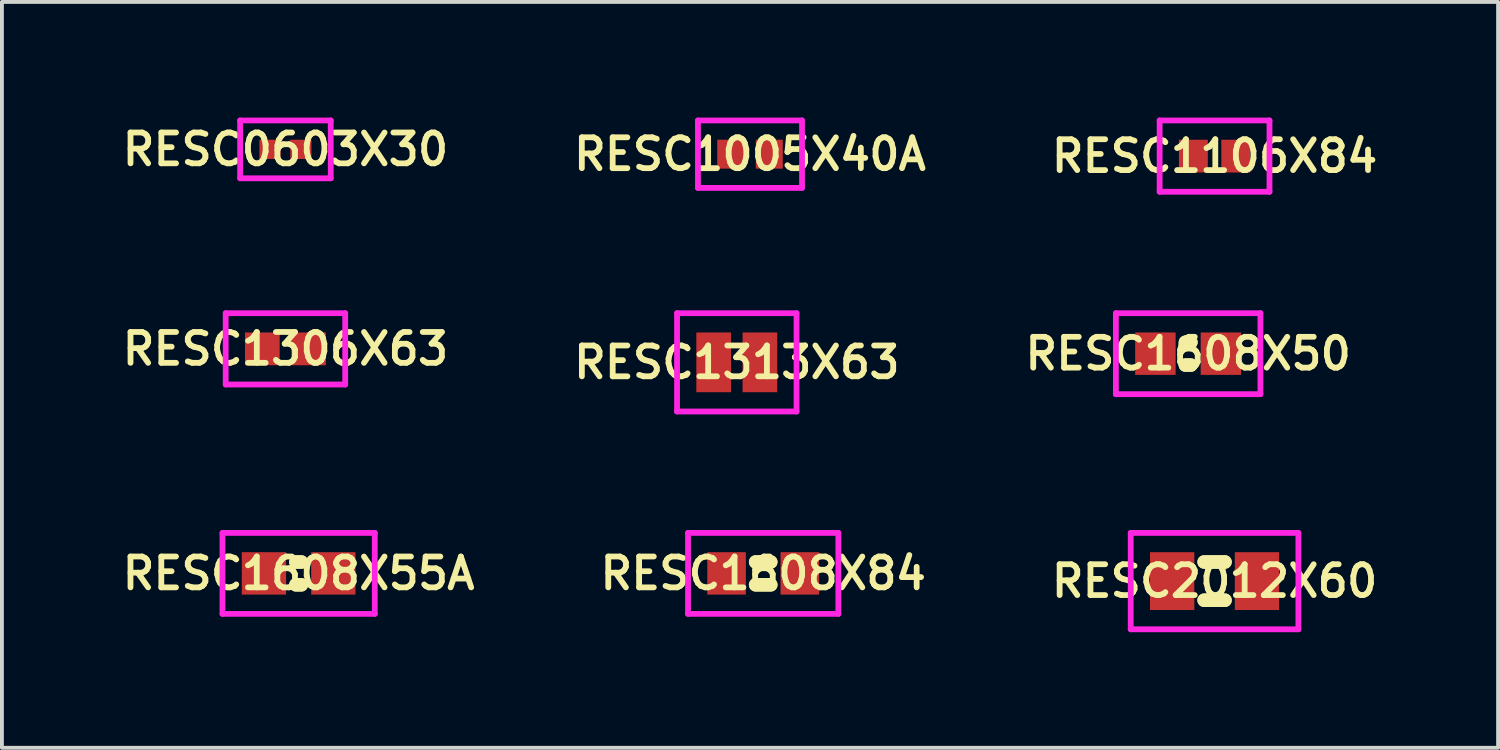
<source format=kicad_pcb>
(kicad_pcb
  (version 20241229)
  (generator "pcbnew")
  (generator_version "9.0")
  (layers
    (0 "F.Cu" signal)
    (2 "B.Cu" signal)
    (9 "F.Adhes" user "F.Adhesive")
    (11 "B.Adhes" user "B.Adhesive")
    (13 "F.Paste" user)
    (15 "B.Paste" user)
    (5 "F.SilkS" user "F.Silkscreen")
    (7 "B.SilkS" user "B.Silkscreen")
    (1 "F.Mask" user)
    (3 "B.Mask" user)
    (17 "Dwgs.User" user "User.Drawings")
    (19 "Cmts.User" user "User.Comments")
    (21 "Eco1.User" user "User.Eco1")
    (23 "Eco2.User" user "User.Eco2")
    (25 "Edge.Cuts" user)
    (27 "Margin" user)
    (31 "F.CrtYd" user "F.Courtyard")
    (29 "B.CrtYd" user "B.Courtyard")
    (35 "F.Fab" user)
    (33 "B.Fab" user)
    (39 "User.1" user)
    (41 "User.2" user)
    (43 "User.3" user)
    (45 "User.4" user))
  (footprint "RESC1005X40A"
    (layer "F.Cu")
    (at 16.406 0.95)
    (property "Reference" "RESC1005X40A" (at 0 0 0) (layer "F.SilkS") (effects (font (size 0.8 0.8) (thickness 0.15))))
    (attr smd)
    (fp_line (start -1.35 -0.875) (end 1.35 -0.875) (stroke (width 0.15) (type solid)) (layer "F.CrtYd"))
    (fp_line (start -1.35 0.875) (end -1.35 -0.875) (stroke (width 0.15) (type solid)) (layer "F.CrtYd"))
    (fp_line (start 1.35 -0.875) (end 1.35 0.875) (stroke (width 0.15) (type solid)) (layer "F.CrtYd"))
    (fp_line (start 1.35 0.875) (end -1.35 0.875) (stroke (width 0.15) (type solid)) (layer "F.CrtYd"))
    (pad "1" smd rect (at -0.5 0) (size 0.7 0.75) (layers "F.Cu" "F.Mask" "F.Paste"))
    (pad "2" smd rect (at 0.5 0) (size 0.7 0.75) (layers "F.Cu" "F.Mask" "F.Paste")))
  (footprint "RESC1106X84"
    (layer "F.Cu")
    (at 28.458 1)
    (property "Reference" "RESC1106X84" (at 0 0 0) (layer "F.SilkS") (effects (font (size 0.8 0.8) (thickness 0.15))))
    (attr through_hole)
    (fp_line (start -1.425 -0.925) (end 1.425 -0.925) (stroke (width 0.15) (type solid)) (layer "F.CrtYd"))
    (fp_line (start -1.425 0.925) (end -1.425 -0.925) (stroke (width 0.15) (type solid)) (layer "F.CrtYd"))
    (fp_line (start 1.425 -0.925) (end 1.425 0.925) (stroke (width 0.15) (type solid)) (layer "F.CrtYd"))
    (fp_line (start 1.425 0.925) (end -1.425 0.925) (stroke (width 0.15) (type solid)) (layer "F.CrtYd"))
    (pad "1" smd rect (at -0.55 0) (size 0.75 0.85) (layers "F.Cu" "F.Mask" "F.Paste"))
    (pad "2" smd rect (at 0.55 0) (size 0.75 0.85) (layers "F.Cu" "F.Mask" "F.Paste")))
  (footprint "RESC1608X84"
    (layer "F.Cu")
    (at 16.749 11.825)
    (property "Reference" "RESC1608X84" (at 0 0 0) (layer "F.SilkS") (effects (font (size 0.8 0.8) (thickness 0.15))))
    (attr smd)
    (fp_line (start -0.196 -0.296) (end 0.196 -0.296) (stroke (width 0.35) (type solid)) (layer "F.SilkS"))
    (fp_line (start -0.196 0.296) (end 0.196 0.296) (stroke (width 0.35) (type solid)) (layer "F.SilkS"))
    (fp_line (start 0.196 -0.296) (end -0.196 -0.296) (stroke (width 0.35) (type solid)) (layer "F.SilkS"))
    (fp_line (start 0.196 0.296) (end -0.196 0.296) (stroke (width 0.35) (type solid)) (layer "F.SilkS"))
    (fp_line (start -1.95 -1.05) (end 1.95 -1.05) (stroke (width 0.15) (type solid)) (layer "F.CrtYd"))
    (fp_line (start -1.95 1.05) (end -1.95 -1.05) (stroke (width 0.15) (type solid)) (layer "F.CrtYd"))
    (fp_line (start 1.95 -1.05) (end 1.95 1.05) (stroke (width 0.15) (type solid)) (layer "F.CrtYd"))
    (fp_line (start 1.95 1.05) (end -1.95 1.05) (stroke (width 0.15) (type solid)) (layer "F.CrtYd"))
    (pad "1" smd rect (at -0.95 0) (size 1 1.1) (layers "F.Cu" "F.Mask" "F.Paste"))
    (pad "2" smd rect (at 0.95 0) (size 1 1.1) (layers "F.Cu" "F.Mask" "F.Paste")))
  (footprint "RESC1608X55A"
    (layer "F.Cu")
    (at 4.697 11.825)
    (property "Reference" "RESC1608X55A" (at 0 0 0) (layer "F.SilkS") (effects (font (size 0.8 0.8) (thickness 0.15))))
    (attr smd)
    (fp_line (start -0.071 -0.296) (end 0.071 -0.296) (stroke (width 0.35) (type solid)) (layer "F.SilkS"))
    (fp_line (start -0.071 0.296) (end 0.071 0.296) (stroke (width 0.35) (type solid)) (layer "F.SilkS"))
    (fp_line (start 0.071 -0.296) (end -0.071 -0.296) (stroke (width 0.35) (type solid)) (layer "F.SilkS"))
    (fp_line (start 0.071 0.296) (end -0.071 0.296) (stroke (width 0.35) (type solid)) (layer "F.SilkS"))
    (fp_line (start -1.975 -1.05) (end 1.975 -1.05) (stroke (width 0.15) (type solid)) (layer "F.CrtYd"))
    (fp_line (start -1.975 1.05) (end -1.975 -1.05) (stroke (width 0.15) (type solid)) (layer "F.CrtYd"))
    (fp_line (start 1.975 -1.05) (end 1.975 1.05) (stroke (width 0.15) (type solid)) (layer "F.CrtYd"))
    (fp_line (start 1.975 1.05) (end -1.975 1.05) (stroke (width 0.15) (type solid)) (layer "F.CrtYd"))
    (pad "1" smd rect (at -0.9 0) (size 1.15 1.1) (layers "F.Cu" "F.Mask" "F.Paste"))
    (pad "2" smd rect (at 0.9 0) (size 1.15 1.1) (layers "F.Cu" "F.Mask" "F.Paste")))
  (footprint "RESC1608X50"
    (layer "F.Cu")
    (at 27.773 6.125)
    (property "Reference" "RESC1608X50" (at 0 0 0) (layer "F.SilkS") (effects (font (size 0.8 0.8) (thickness 0.15))))
    (attr smd)
    (fp_line (start -0.071 -0.296) (end 0.071 -0.296) (stroke (width 0.35) (type solid)) (layer "F.SilkS"))
    (fp_line (start -0.071 0.296) (end 0.071 0.296) (stroke (width 0.35) (type solid)) (layer "F.SilkS"))
    (fp_line (start 0.071 -0.296) (end -0.071 -0.296) (stroke (width 0.35) (type solid)) (layer "F.SilkS"))
    (fp_line (start 0.071 0.296) (end -0.071 0.296) (stroke (width 0.35) (type solid)) (layer "F.SilkS"))
    (fp_line (start -1.875 -1.05) (end 1.875 -1.05) (stroke (width 0.15) (type solid)) (layer "F.CrtYd"))
    (fp_line (start -1.875 1.05) (end -1.875 -1.05) (stroke (width 0.15) (type solid)) (layer "F.CrtYd"))
    (fp_line (start 1.875 -1.05) (end 1.875 1.05) (stroke (width 0.15) (type solid)) (layer "F.CrtYd"))
    (fp_line (start 1.875 1.05) (end -1.875 1.05) (stroke (width 0.15) (type solid)) (layer "F.CrtYd"))
    (pad "1" smd rect (at -0.85 0) (size 1.05 1.1) (layers "F.Cu" "F.Mask" "F.Paste"))
    (pad "2" smd rect (at 0.85 0) (size 1.05 1.1) (layers "F.Cu" "F.Mask" "F.Paste")))
  (footprint "RESC2012X60"
    (layer "F.Cu")
    (at 28.458 12.025)
    (property "Reference" "RESC2012X60" (at 0 0 0) (layer "F.SilkS") (effects (font (size 0.8 0.8) (thickness 0.15))))
    (attr smd)
    (fp_line (start -0.271 -0.496) (end 0.271 -0.496) (stroke (width 0.35) (type solid)) (layer "F.SilkS"))
    (fp_line (start -0.271 0.496) (end 0.271 0.496) (stroke (width 0.35) (type solid)) (layer "F.SilkS"))
    (fp_line (start 0.271 -0.496) (end -0.271 -0.496) (stroke (width 0.35) (type solid)) (layer "F.SilkS"))
    (fp_line (start 0.271 0.496) (end -0.271 0.496) (stroke (width 0.35) (type solid)) (layer "F.SilkS"))
    (fp_line (start -2.175 -1.25) (end 2.175 -1.25) (stroke (width 0.15) (type solid)) (layer "F.CrtYd"))
    (fp_line (start -2.175 1.25) (end -2.175 -1.25) (stroke (width 0.15) (type solid)) (layer "F.CrtYd"))
    (fp_line (start 2.175 -1.25) (end 2.175 1.25) (stroke (width 0.15) (type solid)) (layer "F.CrtYd"))
    (fp_line (start 2.175 1.25) (end -2.175 1.25) (stroke (width 0.15) (type solid)) (layer "F.CrtYd"))
    (pad "1" smd rect (at -1.1 0) (size 1.15 1.5) (layers "F.Cu" "F.Mask" "F.Paste"))
    (pad "2" smd rect (at 1.1 0) (size 1.15 1.5) (layers "F.Cu" "F.Mask" "F.Paste")))
  (footprint "RESC1313X63"
    (layer "F.Cu")
    (at 16.064 6.35)
    (property "Reference" "RESC1313X63" (at 0 0 0) (layer "F.SilkS") (effects (font (size 0.8 0.8) (thickness 0.15))))
    (attr smd)
    (fp_line (start -1.55 -1.275) (end 1.55 -1.275) (stroke (width 0.15) (type solid)) (layer "F.CrtYd"))
    (fp_line (start -1.55 1.275) (end -1.55 -1.275) (stroke (width 0.15) (type solid)) (layer "F.CrtYd"))
    (fp_line (start 1.55 -1.275) (end 1.55 1.275) (stroke (width 0.15) (type solid)) (layer "F.CrtYd"))
    (fp_line (start 1.55 1.275) (end -1.55 1.275) (stroke (width 0.15) (type solid)) (layer "F.CrtYd"))
    (pad "1" smd rect (at -0.6 0) (size 0.9 1.55) (layers "F.Cu" "F.Mask" "F.Paste"))
    (pad "2" smd rect (at 0.6 0) (size 0.9 1.55) (layers "F.Cu" "F.Mask" "F.Paste")))
  (footprint "RESC1306X63"
    (layer "F.Cu")
    (at 4.355 6)
    (property "Reference" "RESC1306X63" (at 0 0 0) (layer "F.SilkS") (effects (font (size 0.8 0.8) (thickness 0.15))))
    (attr smd)
    (fp_line (start -1.55 -0.925) (end 1.55 -0.925) (stroke (width 0.15) (type solid)) (layer "F.CrtYd"))
    (fp_line (start -1.55 0.925) (end -1.55 -0.925) (stroke (width 0.15) (type solid)) (layer "F.CrtYd"))
    (fp_line (start 1.55 -0.925) (end 1.55 0.925) (stroke (width 0.15) (type solid)) (layer "F.CrtYd"))
    (fp_line (start 1.55 0.925) (end -1.55 0.925) (stroke (width 0.15) (type solid)) (layer "F.CrtYd"))
    (pad "1" smd rect (at -0.6 0) (size 0.9 0.85) (layers "F.Cu" "F.Mask" "F.Paste"))
    (pad "2" smd rect (at 0.6 0) (size 0.9 0.85) (layers "F.Cu" "F.Mask" "F.Paste")))
  (footprint "RESC0603X30"
    (layer "F.Cu")
    (at 4.355 0.825)
    (property "Reference" "RESC0603X30" (at 0 0 0) (layer "F.SilkS") (effects (font (size 0.8 0.8) (thickness 0.15))))
    (attr smd)
    (fp_line (start -1.175 -0.75) (end 1.175 -0.75) (stroke (width 0.15) (type solid)) (layer "F.CrtYd"))
    (fp_line (start -1.175 0.75) (end -1.175 -0.75) (stroke (width 0.15) (type solid)) (layer "F.CrtYd"))
    (fp_line (start 1.175 -0.75) (end 1.175 0.75) (stroke (width 0.15) (type solid)) (layer "F.CrtYd"))
    (fp_line (start 1.175 0.75) (end -1.175 0.75) (stroke (width 0.15) (type solid)) (layer "F.CrtYd"))
    (pad "1" smd rect (at -0.4 0) (size 0.55 0.5) (layers "F.Cu" "F.Mask" "F.Paste"))
    (pad "2" smd rect (at 0.4 0) (size 0.55 0.5) (layers "F.Cu" "F.Mask" "F.Paste")))
  (gr_rect
    (start -3 -3)
    (end 35.813 16.35)
    (stroke (width 0.1) (type default))
    (fill no)
    (layer "Edge.Cuts")))
</source>
